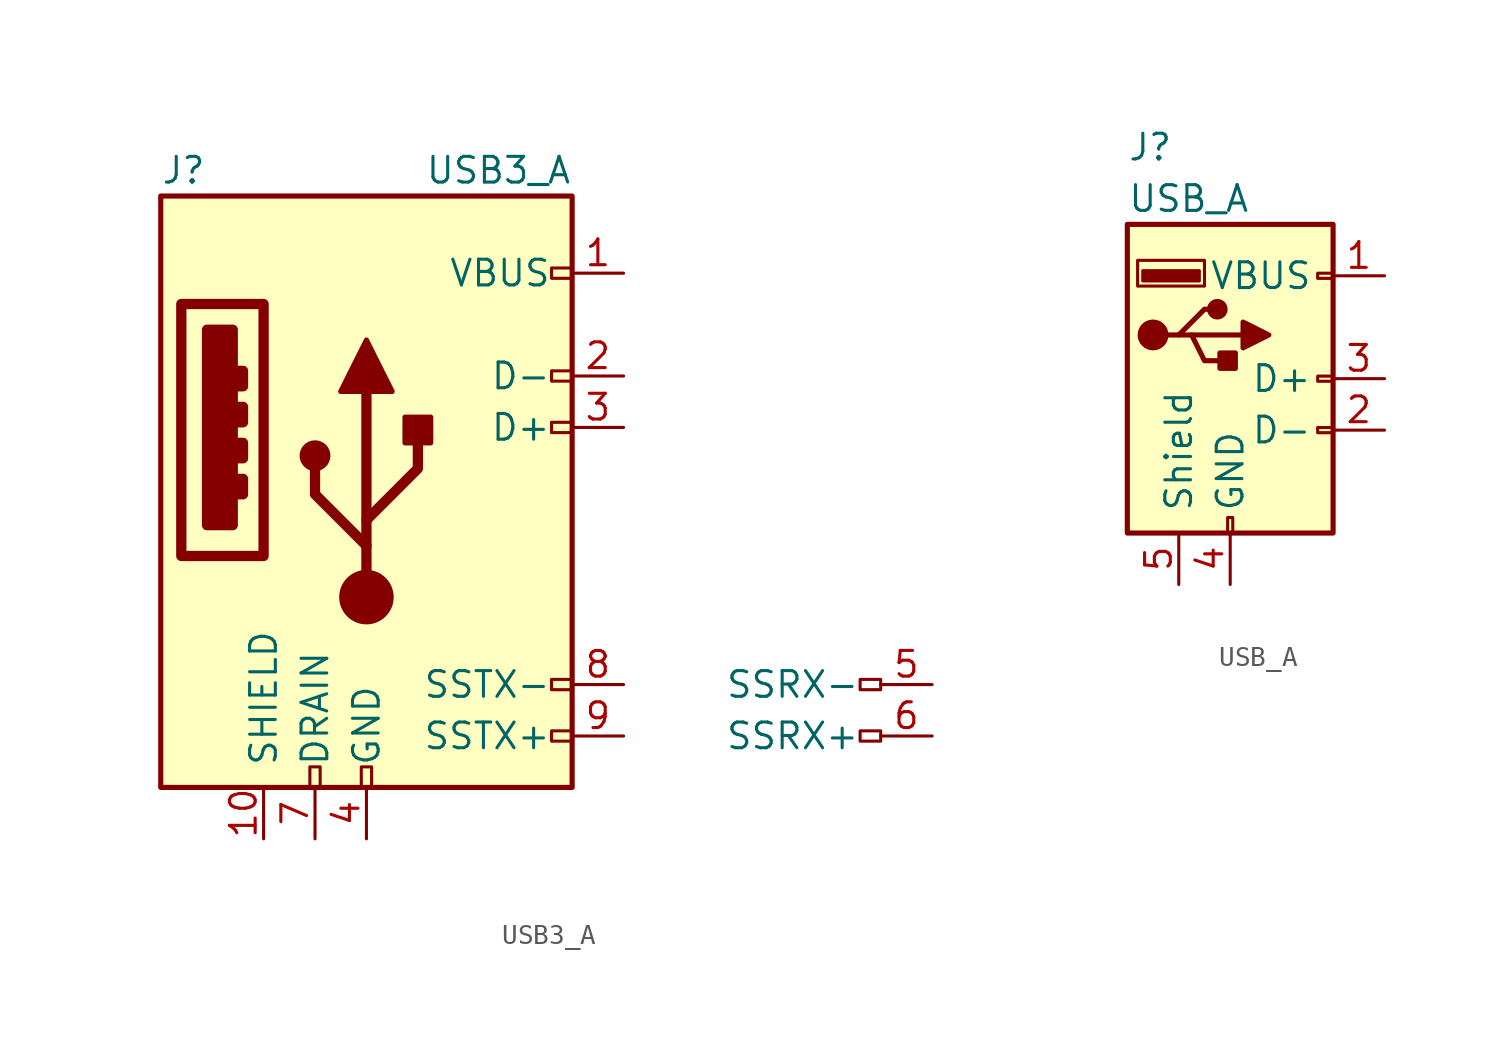
<source format=kicad_sym>
(kicad_symbol_lib
  (version 20220914)
  (generator kicad_symbol_editor)
  (symbol "USB3_A"
    (pin_names
      (offset 1.016))
    (property "Reference" "J"
      (at -10.16 15.24 0)
      (effects (font (size 1.27 1.27)) (justify left)))
    (property "Value" "USB3_A"
      (at 10.16 15.24 0)
      (effects (font (size 1.27 1.27)) (justify right)))
    (symbol "USB3_A_0_0"
      (rectangle (start -9.144 8.636) (end -5.08 -3.81) (stroke (width 0.508) (type default)) (fill (type none)))
      (rectangle (start -7.874 7.366) (end -6.604 -2.286) (stroke (width 0.508) (type default)) (fill (type outline)))
      (rectangle (start -6.35 0) (end -6.096 -0.762) (stroke (width 0.508) (type default)) (fill (type none)))
      (rectangle (start -6.35 1.778) (end -6.096 1.016) (stroke (width 0.508) (type default)) (fill (type none)))
      (rectangle (start -6.35 3.556) (end -6.096 2.794) (stroke (width 0.508) (type default)) (fill (type none)))
      (rectangle (start -6.35 5.334) (end -6.096 4.572) (stroke (width 0.508) (type default)) (fill (type none)))
      (rectangle (start -2.794 -15.24) (end -2.286 -14.224) (stroke (width 0) (type default)) (fill (type none)))
      (rectangle (start -0.254 -15.24) (end 0.254 -14.224) (stroke (width 0) (type default)) (fill (type none)))
      (rectangle (start 10.16 -12.446) (end 9.144 -12.954) (stroke (width 0) (type default)) (fill (type none)))
      (rectangle (start 10.16 -9.906) (end 9.144 -10.414) (stroke (width 0) (type default)) (fill (type none)))
      (rectangle (start 10.16 2.794) (end 9.144 2.286) (stroke (width 0) (type default)) (fill (type none)))
      (rectangle (start 10.16 5.334) (end 9.144 4.826) (stroke (width 0) (type default)) (fill (type none)))
      (rectangle (start 10.16 10.414) (end 9.144 9.906) (stroke (width 0) (type default)) (fill (type none)))
      (rectangle (start 25.4 -12.446) (end 24.384 -12.954) (stroke (width 0) (type default)) (fill (type none)))
      (rectangle (start 25.4 -9.906) (end 24.384 -10.414) (stroke (width 0) (type default)) (fill (type none))))
    (symbol "USB3_A_0_1"
      (rectangle (start -10.16 13.97) (end 10.16 -15.24) (stroke (width 0.254) (type default)) (fill (type background))))
    (symbol "USB3_A_1_1"
      (circle (center -2.54 1.143) (radius 0.635) (stroke (width 0.254) (type default)) (fill (type outline)))
      (circle (center 0 -5.842) (radius 1.27) (stroke (width 0) (type default)) (fill (type outline)))
      (polyline (pts (xy 0 -5.842) (xy 0 4.318)) (stroke (width 0.508) (type default)) (fill (type none)))
      (polyline (pts (xy 0 -3.302) (xy -2.54 -0.762) (xy -2.54 0.508)) (stroke (width 0.508) (type default)) (fill (type none)))
      (polyline (pts (xy 0 -2.032) (xy 2.54 0.508) (xy 2.54 1.778)) (stroke (width 0.508) (type default)) (fill (type none)))
      (polyline (pts (xy -1.27 4.318) (xy 0 6.858) (xy 1.27 4.318) (xy -1.27 4.318)) (stroke (width 0.254) (type default)) (fill (type outline)))
      (rectangle (start 1.905 1.778) (end 3.175 3.048) (stroke (width 0.254) (type default)) (fill (type outline)))
      (pin power_in line (at 12.7 10.16 180) (length 2.54) (name "VBUS" (effects (font (size 1.27 1.27)))) (number "1" (effects (font (size 1.27 1.27)))))
      (pin passive line (at -5.08 -17.78 90) (length 2.54) (name "SHIELD" (effects (font (size 1.27 1.27)))) (number "10" (effects (font (size 1.27 1.27)))))
      (pin bidirectional line (at 12.7 5.08 180) (length 2.54) (name "D-" (effects (font (size 1.27 1.27)))) (number "2" (effects (font (size 1.27 1.27)))))
      (pin bidirectional line (at 12.7 2.54 180) (length 2.54) (name "D+" (effects (font (size 1.27 1.27)))) (number "3" (effects (font (size 1.27 1.27)))))
      (pin power_in line (at 0 -17.78 90) (length 2.54) (name "GND" (effects (font (size 1.27 1.27)))) (number "4" (effects (font (size 1.27 1.27)))))
      (pin output line (at 27.94 -10.16 180) (length 2.54) (name "SSRX-" (effects (font (size 1.27 1.27)))) (number "5" (effects (font (size 1.27 1.27)))))
      (pin output line (at 27.94 -12.7 180) (length 2.54) (name "SSRX+" (effects (font (size 1.27 1.27)))) (number "6" (effects (font (size 1.27 1.27)))))
      (pin passive line (at -2.54 -17.78 90) (length 2.54) (name "DRAIN" (effects (font (size 1.27 1.27)))) (number "7" (effects (font (size 1.27 1.27)))))
      (pin input line (at 12.7 -10.16 180) (length 2.54) (name "SSTX-" (effects (font (size 1.27 1.27)))) (number "8" (effects (font (size 1.27 1.27)))))
      (pin input line (at 12.7 -12.7 180) (length 2.54) (name "SSTX+" (effects (font (size 1.27 1.27)))) (number "9" (effects (font (size 1.27 1.27)))))))
  (symbol "USB_A"
    (pin_names
      (offset 1.016))
    (property "Reference" "J"
      (at -5.08 11.43 0)
      (effects (font (size 1.27 1.27)) (justify left)))
    (property "Value" "USB_A"
      (at -5.08 8.89 0)
      (effects (font (size 1.27 1.27)) (justify left)))
    (symbol "USB_A_0_1"
      (rectangle (start -5.08 -7.62) (end 5.08 7.62) (stroke (width 0.254) (type default)) (fill (type background)))
      (circle (center -3.81 2.159) (radius 0.635) (stroke (width 0.254) (type default)) (fill (type outline)))
      (rectangle (start -1.524 4.826) (end -4.318 5.334) (stroke (width 0) (type default)) (fill (type outline)))
      (rectangle (start -1.27 4.572) (end -4.572 5.842) (stroke (width 0) (type default)) (fill (type none)))
      (circle (center -0.635 3.429) (radius 0.381) (stroke (width 0.254) (type default)) (fill (type outline)))
      (rectangle (start -0.127 -7.62) (end 0.127 -6.858) (stroke (width 0) (type default)) (fill (type none)))
      (polyline (pts (xy -3.175 2.159) (xy -2.54 2.159) (xy -1.27 3.429) (xy -0.635 3.429)) (stroke (width 0.254) (type default)) (fill (type none)))
      (polyline (pts (xy -2.54 2.159) (xy -1.905 2.159) (xy -1.27 0.889) (xy 0 0.889)) (stroke (width 0.254) (type default)) (fill (type none)))
      (polyline (pts (xy 0.635 2.794) (xy 0.635 1.524) (xy 1.905 2.159) (xy 0.635 2.794)) (stroke (width 0.254) (type default)) (fill (type outline)))
      (rectangle (start 0.254 1.27) (end -0.508 0.508) (stroke (width 0.254) (type default)) (fill (type outline)))
      (rectangle (start 5.08 -2.667) (end 4.318 -2.413) (stroke (width 0) (type default)) (fill (type none)))
      (rectangle (start 5.08 -0.127) (end 4.318 0.127) (stroke (width 0) (type default)) (fill (type none)))
      (rectangle (start 5.08 4.953) (end 4.318 5.207) (stroke (width 0) (type default)) (fill (type none))))
    (symbol "USB_A_1_1"
      (polyline (pts (xy -1.905 2.159) (xy 0.635 2.159)) (stroke (width 0.254) (type default)) (fill (type none)))
      (pin power_in line (at 7.62 5.08 180) (length 2.54) (name "VBUS" (effects (font (size 1.27 1.27)))) (number "1" (effects (font (size 1.27 1.27)))))
      (pin passive line (at -2.54 -10.16 90) (length 2.54) hide (name "Shield" (effects (font (size 1.27 1.27)))) (number "10" (effects (font (size 1.27 1.27)))))
      (pin bidirectional line (at 7.62 -2.54 180) (length 2.54) (name "D-" (effects (font (size 1.27 1.27)))) (number "2" (effects (font (size 1.27 1.27)))))
      (pin bidirectional line (at 7.62 0 180) (length 2.54) (name "D+" (effects (font (size 1.27 1.27)))) (number "3" (effects (font (size 1.27 1.27)))))
      (pin power_in line (at 0 -10.16 90) (length 2.54) (name "GND" (effects (font (size 1.27 1.27)))) (number "4" (effects (font (size 1.27 1.27)))))
      (pin passive line (at -2.54 -10.16 90) (length 2.54) (name "Shield" (effects (font (size 1.27 1.27)))) (number "5" (effects (font (size 1.27 1.27))))))))
</source>
